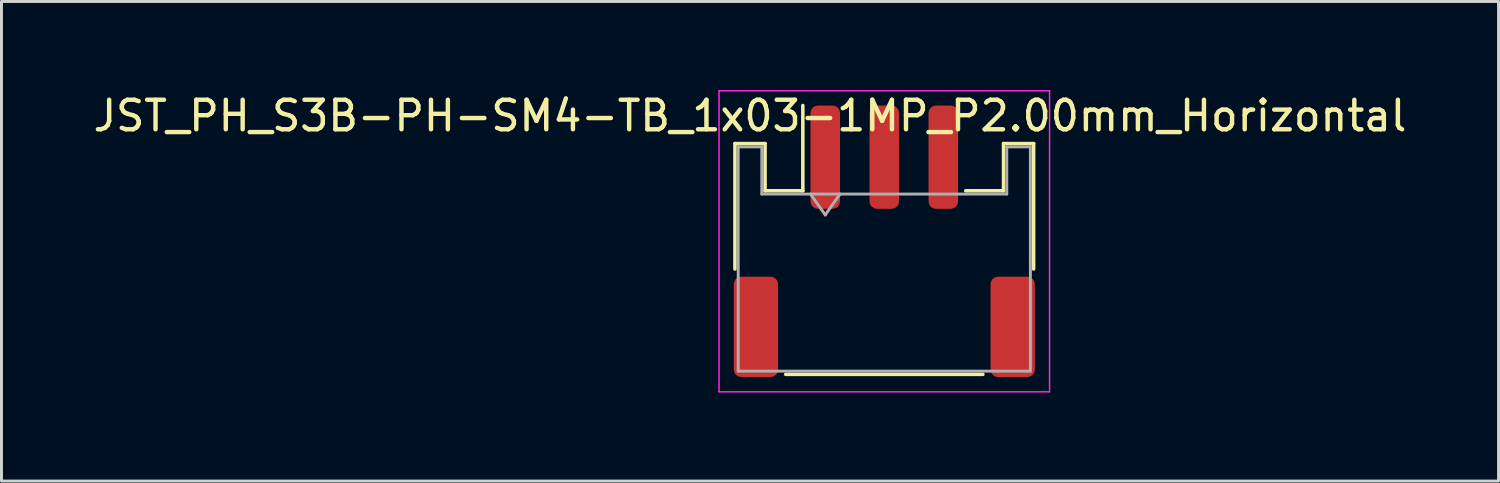
<source format=kicad_pcb>
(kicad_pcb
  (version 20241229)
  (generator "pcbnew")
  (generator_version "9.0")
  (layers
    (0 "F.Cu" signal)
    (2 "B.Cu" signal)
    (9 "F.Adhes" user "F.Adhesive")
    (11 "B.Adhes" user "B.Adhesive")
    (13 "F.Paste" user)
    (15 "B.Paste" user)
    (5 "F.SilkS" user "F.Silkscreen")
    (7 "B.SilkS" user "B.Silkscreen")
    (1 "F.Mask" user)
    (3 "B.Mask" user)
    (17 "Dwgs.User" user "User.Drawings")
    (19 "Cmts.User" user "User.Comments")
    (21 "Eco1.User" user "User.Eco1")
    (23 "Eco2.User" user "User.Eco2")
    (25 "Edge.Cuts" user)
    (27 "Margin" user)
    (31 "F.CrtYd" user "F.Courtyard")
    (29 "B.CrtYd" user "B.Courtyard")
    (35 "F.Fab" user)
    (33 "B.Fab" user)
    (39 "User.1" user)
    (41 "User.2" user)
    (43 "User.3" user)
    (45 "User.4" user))
  (footprint "JST_PH_S3B-PH-SM4-TB_1x03-1MP_P2.00mm_Horizontal"
    (layer "F.Cu")
    (at 26.913 5.125)
    (property "Reference" "JST_PH_S3B-PH-SM4-TB_1x03-1MP_P2.00mm_Horizontal" (at -4.55 -4.25 0) (layer "F.SilkS") (effects (font (size 1 1) (thickness 0.15))))
    (attr smd)
    (fp_line (start -5.06 -3.31) (end -4.04 -3.31) (stroke (width 0.12) (type solid)) (layer "F.SilkS"))
    (fp_line (start -5.06 0.94) (end -5.06 -3.31) (stroke (width 0.12) (type solid)) (layer "F.SilkS"))
    (fp_line (start -4.04 -3.31) (end -4.04 -1.71) (stroke (width 0.12) (type solid)) (layer "F.SilkS"))
    (fp_line (start -4.04 -1.71) (end -2.76 -1.71) (stroke (width 0.12) (type solid)) (layer "F.SilkS"))
    (fp_line (start -3.34 4.51) (end 3.34 4.51) (stroke (width 0.12) (type solid)) (layer "F.SilkS"))
    (fp_line (start -2.76 -1.71) (end -2.76 -4.6) (stroke (width 0.12) (type solid)) (layer "F.SilkS"))
    (fp_line (start 4.04 -3.31) (end 4.04 -1.71) (stroke (width 0.12) (type solid)) (layer "F.SilkS"))
    (fp_line (start 4.04 -1.71) (end 2.76 -1.71) (stroke (width 0.12) (type solid)) (layer "F.SilkS"))
    (fp_line (start 5.06 -3.31) (end 4.04 -3.31) (stroke (width 0.12) (type solid)) (layer "F.SilkS"))
    (fp_line (start 5.06 0.94) (end 5.06 -3.31) (stroke (width 0.12) (type solid)) (layer "F.SilkS"))
    (fp_line (start -5.6 -5.1) (end -5.6 5.1) (stroke (width 0.05) (type solid)) (layer "F.CrtYd"))
    (fp_line (start -5.6 5.1) (end 5.6 5.1) (stroke (width 0.05) (type solid)) (layer "F.CrtYd"))
    (fp_line (start 5.6 -5.1) (end -5.6 -5.1) (stroke (width 0.05) (type solid)) (layer "F.CrtYd"))
    (fp_line (start 5.6 5.1) (end 5.6 -5.1) (stroke (width 0.05) (type solid)) (layer "F.CrtYd"))
    (fp_line (start -4.95 -3.2) (end -4.95 4.4) (stroke (width 0.1) (type solid)) (layer "F.Fab"))
    (fp_line (start -4.95 -3.2) (end -4.15 -3.2) (stroke (width 0.1) (type solid)) (layer "F.Fab"))
    (fp_line (start -4.95 4.4) (end 4.95 4.4) (stroke (width 0.1) (type solid)) (layer "F.Fab"))
    (fp_line (start -4.15 -3.2) (end -4.15 -1.6) (stroke (width 0.1) (type solid)) (layer "F.Fab"))
    (fp_line (start -4.15 -1.6) (end 4.15 -1.6) (stroke (width 0.1) (type solid)) (layer "F.Fab"))
    (fp_line (start -2.5 -1.6) (end -2 -0.893) (stroke (width 0.1) (type solid)) (layer "F.Fab"))
    (fp_line (start -2 -0.893) (end -1.5 -1.6) (stroke (width 0.1) (type solid)) (layer "F.Fab"))
    (fp_line (start 4.15 -3.2) (end 4.95 -3.2) (stroke (width 0.1) (type solid)) (layer "F.Fab"))
    (fp_line (start 4.15 -1.6) (end 4.15 -3.2) (stroke (width 0.1) (type solid)) (layer "F.Fab"))
    (fp_line (start 4.95 -3.2) (end 4.95 4.4) (stroke (width 0.1) (type solid)) (layer "F.Fab"))
    (pad "1" smd roundrect (at -2 -2.85) (size 1 3.5) (layers "F.Cu" "F.Mask" "F.Paste") (roundrect_rratio 0.25))
    (pad "2" smd roundrect (at 0 -2.85) (size 1 3.5) (layers "F.Cu" "F.Mask" "F.Paste") (roundrect_rratio 0.25))
    (pad "3" smd roundrect (at 2 -2.85) (size 1 3.5) (layers "F.Cu" "F.Mask" "F.Paste") (roundrect_rratio 0.25))
    (pad "MP" smd roundrect (at -4.35 2.9) (size 1.5 3.4) (layers "F.Cu" "F.Mask" "F.Paste") (roundrect_rratio 0.167))
    (pad "MP" smd roundrect (at 4.35 2.9) (size 1.5 3.4) (layers "F.Cu" "F.Mask" "F.Paste") (roundrect_rratio 0.167)))
  (gr_rect
    (start -3 -3)
    (end 47.726 13.25)
    (stroke (width 0.1) (type default))
    (fill no)
    (layer "Edge.Cuts")))
</source>
